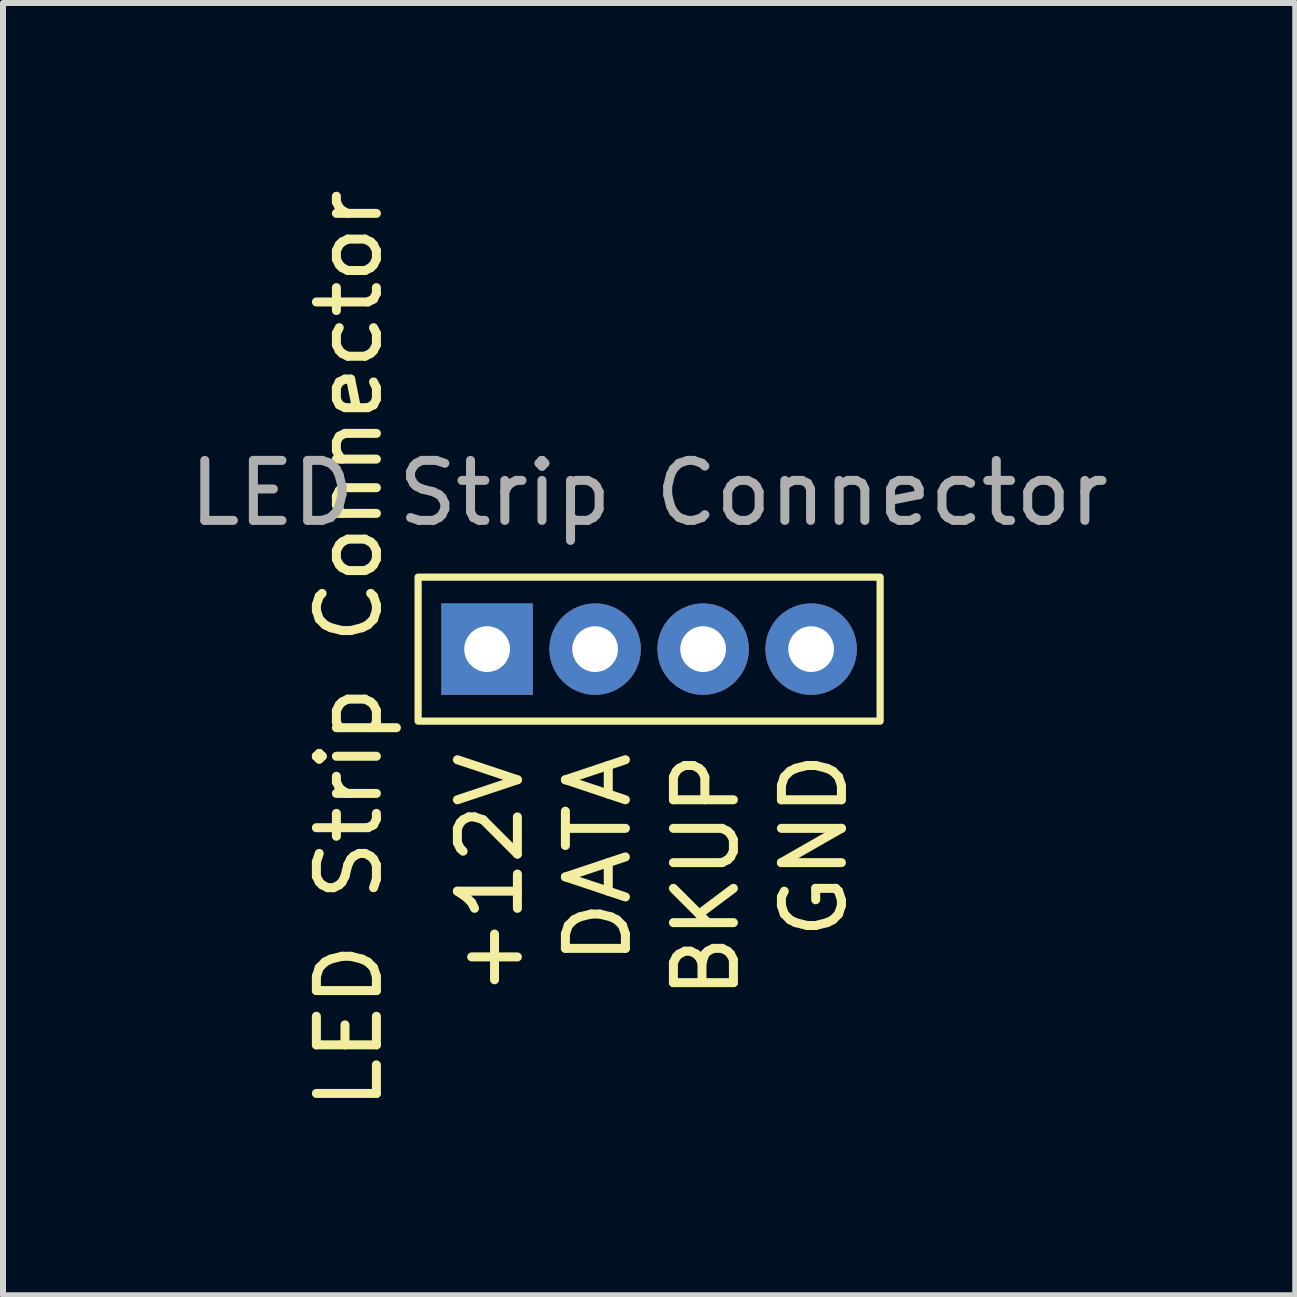
<source format=kicad_pcb>
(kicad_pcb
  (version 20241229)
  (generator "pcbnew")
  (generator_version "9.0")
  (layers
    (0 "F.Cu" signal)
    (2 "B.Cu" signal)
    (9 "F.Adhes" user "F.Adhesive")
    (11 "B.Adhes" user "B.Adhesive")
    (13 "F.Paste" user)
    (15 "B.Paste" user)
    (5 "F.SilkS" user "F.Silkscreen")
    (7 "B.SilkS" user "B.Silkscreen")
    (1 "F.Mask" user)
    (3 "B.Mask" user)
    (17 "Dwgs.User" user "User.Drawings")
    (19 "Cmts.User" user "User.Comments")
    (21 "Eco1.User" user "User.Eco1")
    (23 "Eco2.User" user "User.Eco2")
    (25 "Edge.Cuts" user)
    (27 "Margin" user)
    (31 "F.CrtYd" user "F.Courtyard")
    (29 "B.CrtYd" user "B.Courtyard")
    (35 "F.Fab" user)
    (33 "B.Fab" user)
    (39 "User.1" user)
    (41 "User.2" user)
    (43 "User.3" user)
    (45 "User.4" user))
  (footprint "LED Strip Connector"
    (layer "F.Cu")
    (at 7.768 7.718)
    (property "Reference" "LED Strip Connector" (at -5 0.05 90) (unlocked yes) (layer "F.SilkS") (effects (font (size 1 1) (thickness 0.15))))
    (attr through_hole)
    (fp_rect (start -3.85 -1.15) (end 3.85 1.25) (stroke (width 0.12) (type default)) (fill no) (layer "F.SilkS"))
    (fp_text user "+12V" (at -2.65 1.7 90) (unlocked yes) (layer "F.SilkS") (effects (font (size 1 1) (thickness 0.15)) (justify right)))
    (fp_text user "GND" (at 2.75 1.7 90) (unlocked yes) (layer "F.SilkS") (effects (font (size 1 1) (thickness 0.15)) (justify right)))
    (fp_text user "DATA" (at -0.85 1.7 90) (unlocked yes) (layer "F.SilkS") (effects (font (size 1 1) (thickness 0.15)) (justify right)))
    (fp_text user "BKUP" (at 0.95 1.7 90) (unlocked yes) (layer "F.SilkS") (effects (font (size 1 1) (thickness 0.15)) (justify right)))
    (fp_text user "${REFERENCE}" (at 0 -2.55 0) (unlocked yes) (layer "F.Fab") (effects (font (size 1 1) (thickness 0.15))))
    (pad "1" thru_hole rect (at -2.7 0.05) (size 1.524 1.524) (drill 0.762) (layers "*.Cu" "*.Mask"))
    (pad "2" thru_hole circle (at -0.9 0.05) (size 1.524 1.524) (drill 0.762) (layers "*.Cu" "*.Mask"))
    (pad "3" thru_hole circle (at 0.9 0.05) (size 1.524 1.524) (drill 0.762) (layers "*.Cu" "*.Mask"))
    (pad "4" thru_hole circle (at 2.7 0.05) (size 1.524 1.524) (drill 0.762) (layers "*.Cu" "*.Mask")))
  (gr_rect
    (start -3 -3)
    (end 18.536 18.536)
    (stroke (width 0.1) (type default))
    (fill no)
    (layer "Edge.Cuts")))
</source>
